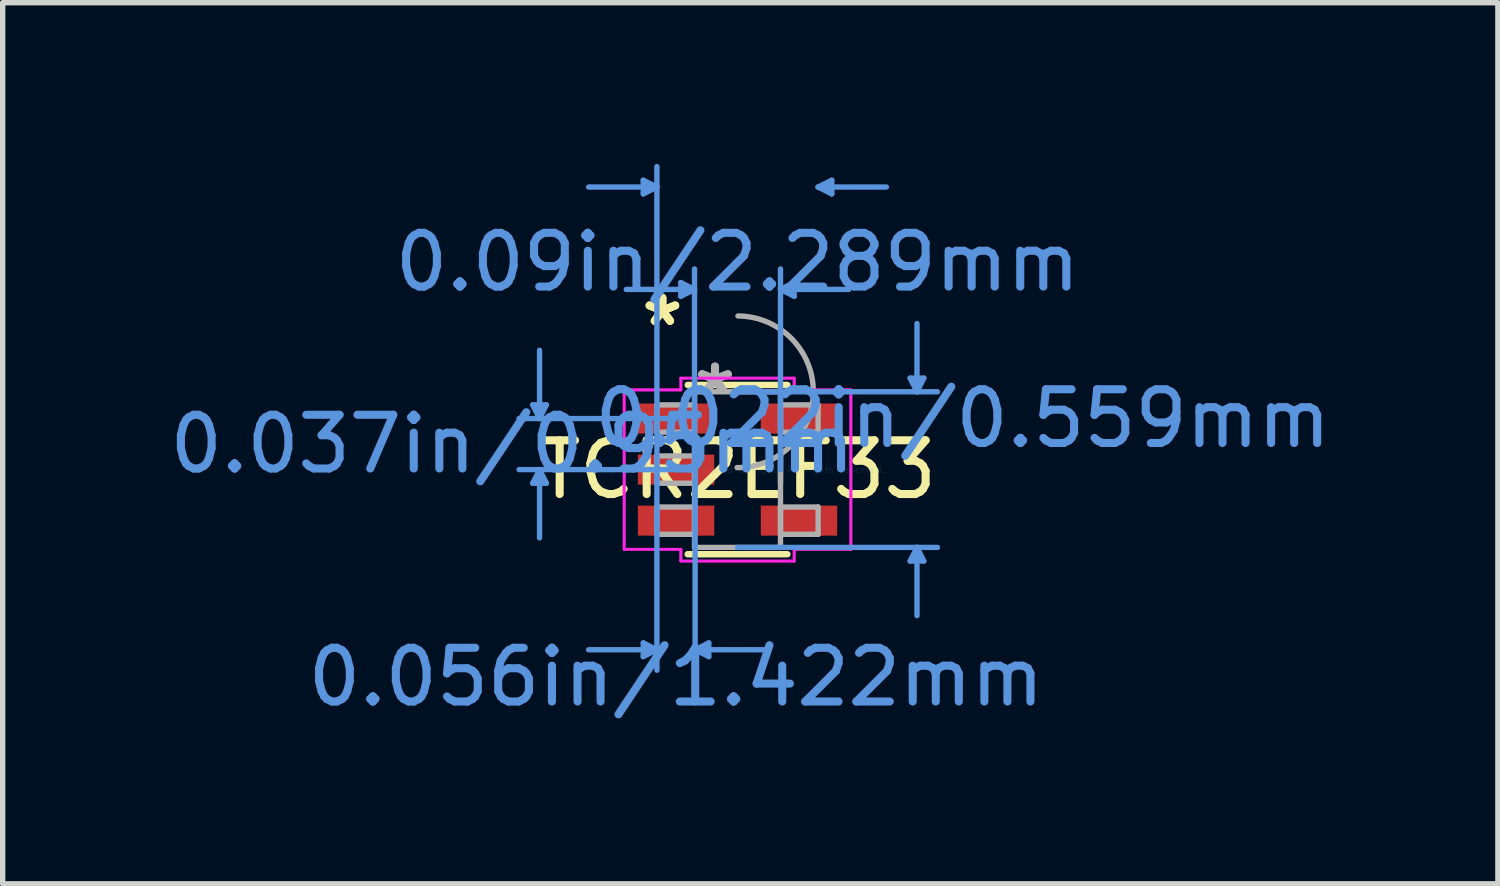
<source format=kicad_pcb>
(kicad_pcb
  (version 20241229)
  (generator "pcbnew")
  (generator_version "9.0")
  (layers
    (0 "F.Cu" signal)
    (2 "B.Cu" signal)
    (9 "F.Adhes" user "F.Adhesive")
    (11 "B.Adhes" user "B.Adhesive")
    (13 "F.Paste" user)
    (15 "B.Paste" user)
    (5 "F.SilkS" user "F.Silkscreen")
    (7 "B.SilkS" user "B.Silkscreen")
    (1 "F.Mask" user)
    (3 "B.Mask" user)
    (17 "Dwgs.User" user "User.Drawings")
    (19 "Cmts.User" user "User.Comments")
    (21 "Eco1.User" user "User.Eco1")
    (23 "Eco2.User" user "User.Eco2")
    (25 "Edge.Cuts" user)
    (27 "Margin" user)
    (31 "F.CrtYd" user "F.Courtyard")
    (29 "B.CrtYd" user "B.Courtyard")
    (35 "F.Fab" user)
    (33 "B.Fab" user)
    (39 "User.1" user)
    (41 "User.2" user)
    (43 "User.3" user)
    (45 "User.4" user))
  (footprint "TCR2EF33"
    (layer "F.Cu")
    (at 10.675 5.689)
    (property "Reference" "TCR2EF33" (at 0 0 0) (layer "F.SilkS") (effects (font (size 1 1) (thickness 0.15))))
    (attr through_hole)
    (fp_line (start -0.927 1.575) (end 0.927 1.575) (stroke (width 0.12) (type solid)) (layer "F.SilkS"))
    (fp_line (start 0.927 -1.575) (end -0.927 -1.575) (stroke (width 0.12) (type solid)) (layer "F.SilkS"))
    (fp_line (start -3.811 -1.204) (end -3.557 -1.204) (stroke (width 0.1) (type solid)) (layer "Cmts.User"))
    (fp_line (start -3.811 0.254) (end -3.557 0.254) (stroke (width 0.1) (type solid)) (layer "Cmts.User"))
    (fp_line (start -3.684 -0.95) (end -3.811 -1.204) (stroke (width 0.1) (type solid)) (layer "Cmts.User"))
    (fp_line (start -3.684 -0.95) (end -3.684 -2.22) (stroke (width 0.1) (type solid)) (layer "Cmts.User"))
    (fp_line (start -3.684 -0.95) (end -3.557 -1.204) (stroke (width 0.1) (type solid)) (layer "Cmts.User"))
    (fp_line (start -3.684 0) (end -3.811 0.254) (stroke (width 0.1) (type solid)) (layer "Cmts.User"))
    (fp_line (start -3.684 0) (end -3.684 1.27) (stroke (width 0.1) (type solid)) (layer "Cmts.User"))
    (fp_line (start -3.684 0) (end -3.557 0.254) (stroke (width 0.1) (type solid)) (layer "Cmts.User"))
    (fp_line (start -1.754 -5.385) (end -1.754 -5.131) (stroke (width 0.1) (type solid)) (layer "Cmts.User"))
    (fp_line (start -1.754 3.226) (end -1.754 3.48) (stroke (width 0.1) (type solid)) (layer "Cmts.User"))
    (fp_line (start -1.5 -5.258) (end -2.77 -5.258) (stroke (width 0.1) (type solid)) (layer "Cmts.User"))
    (fp_line (start -1.5 -5.258) (end -1.754 -5.385) (stroke (width 0.1) (type solid)) (layer "Cmts.User"))
    (fp_line (start -1.5 -5.258) (end -1.754 -5.131) (stroke (width 0.1) (type solid)) (layer "Cmts.User"))
    (fp_line (start -1.5 0) (end -1.5 -5.639) (stroke (width 0.1) (type solid)) (layer "Cmts.User"))
    (fp_line (start -1.5 0) (end -1.5 3.734) (stroke (width 0.1) (type solid)) (layer "Cmts.User"))
    (fp_line (start -1.5 3.353) (end -2.77 3.353) (stroke (width 0.1) (type solid)) (layer "Cmts.User"))
    (fp_line (start -1.5 3.353) (end -1.754 3.226) (stroke (width 0.1) (type solid)) (layer "Cmts.User"))
    (fp_line (start -1.5 3.353) (end -1.754 3.48) (stroke (width 0.1) (type solid)) (layer "Cmts.User"))
    (fp_line (start -1.144 -0.95) (end -4.065 -0.95) (stroke (width 0.1) (type solid)) (layer "Cmts.User"))
    (fp_line (start -1.144 0) (end -4.065 0) (stroke (width 0.1) (type solid)) (layer "Cmts.User"))
    (fp_line (start -1.054 -3.48) (end -1.054 -3.226) (stroke (width 0.1) (type solid)) (layer "Cmts.User"))
    (fp_line (start -0.8 -3.353) (end -2.07 -3.353) (stroke (width 0.1) (type solid)) (layer "Cmts.User"))
    (fp_line (start -0.8 -3.353) (end -1.054 -3.48) (stroke (width 0.1) (type solid)) (layer "Cmts.User"))
    (fp_line (start -0.8 -3.353) (end -1.054 -3.226) (stroke (width 0.1) (type solid)) (layer "Cmts.User"))
    (fp_line (start -0.8 0) (end -0.8 -3.734) (stroke (width 0.1) (type solid)) (layer "Cmts.User"))
    (fp_line (start -0.789 0) (end -0.789 3.734) (stroke (width 0.1) (type solid)) (layer "Cmts.User"))
    (fp_line (start -0.789 3.353) (end -0.535 3.226) (stroke (width 0.1) (type solid)) (layer "Cmts.User"))
    (fp_line (start -0.789 3.353) (end -0.535 3.48) (stroke (width 0.1) (type solid)) (layer "Cmts.User"))
    (fp_line (start -0.789 3.353) (end 0.481 3.353) (stroke (width 0.1) (type solid)) (layer "Cmts.User"))
    (fp_line (start -0.535 3.226) (end -0.535 3.48) (stroke (width 0.1) (type solid)) (layer "Cmts.User"))
    (fp_line (start 0 -1.448) (end 3.721 -1.448) (stroke (width 0.1) (type solid)) (layer "Cmts.User"))
    (fp_line (start 0 1.448) (end 3.721 1.448) (stroke (width 0.1) (type solid)) (layer "Cmts.User"))
    (fp_line (start 0.8 -3.353) (end 1.054 -3.48) (stroke (width 0.1) (type solid)) (layer "Cmts.User"))
    (fp_line (start 0.8 -3.353) (end 1.054 -3.226) (stroke (width 0.1) (type solid)) (layer "Cmts.User"))
    (fp_line (start 0.8 -3.353) (end 2.07 -3.353) (stroke (width 0.1) (type solid)) (layer "Cmts.User"))
    (fp_line (start 0.8 0) (end 0.8 -3.734) (stroke (width 0.1) (type solid)) (layer "Cmts.User"))
    (fp_line (start 1.054 -3.48) (end 1.054 -3.226) (stroke (width 0.1) (type solid)) (layer "Cmts.User"))
    (fp_line (start 1.5 -5.258) (end 1.754 -5.385) (stroke (width 0.1) (type solid)) (layer "Cmts.User"))
    (fp_line (start 1.5 -5.258) (end 1.754 -5.131) (stroke (width 0.1) (type solid)) (layer "Cmts.User"))
    (fp_line (start 1.5 -5.258) (end 2.77 -5.258) (stroke (width 0.1) (type solid)) (layer "Cmts.User"))
    (fp_line (start 1.754 -5.385) (end 1.754 -5.131) (stroke (width 0.1) (type solid)) (layer "Cmts.User"))
    (fp_line (start 3.213 -1.702) (end 3.467 -1.702) (stroke (width 0.1) (type solid)) (layer "Cmts.User"))
    (fp_line (start 3.213 1.702) (end 3.467 1.702) (stroke (width 0.1) (type solid)) (layer "Cmts.User"))
    (fp_line (start 3.34 -1.448) (end 3.213 -1.702) (stroke (width 0.1) (type solid)) (layer "Cmts.User"))
    (fp_line (start 3.34 -1.448) (end 3.34 -2.718) (stroke (width 0.1) (type solid)) (layer "Cmts.User"))
    (fp_line (start 3.34 -1.448) (end 3.467 -1.702) (stroke (width 0.1) (type solid)) (layer "Cmts.User"))
    (fp_line (start 3.34 1.448) (end 3.213 1.702) (stroke (width 0.1) (type solid)) (layer "Cmts.User"))
    (fp_line (start 3.34 1.448) (end 3.34 2.718) (stroke (width 0.1) (type solid)) (layer "Cmts.User"))
    (fp_line (start 3.34 1.448) (end 3.467 1.702) (stroke (width 0.1) (type solid)) (layer "Cmts.User"))
    (fp_line (start -2.11 -1.483) (end -1.054 -1.483) (stroke (width 0.05) (type solid)) (layer "F.CrtYd"))
    (fp_line (start -2.11 -1.483) (end -1.054 -1.483) (stroke (width 0.05) (type solid)) (layer "F.CrtYd"))
    (fp_line (start -2.11 1.483) (end -2.11 -1.483) (stroke (width 0.05) (type solid)) (layer "F.CrtYd"))
    (fp_line (start -2.11 1.483) (end -2.11 -1.483) (stroke (width 0.05) (type solid)) (layer "F.CrtYd"))
    (fp_line (start -2.11 1.483) (end -1.054 1.483) (stroke (width 0.05) (type solid)) (layer "F.CrtYd"))
    (fp_line (start -1.054 -1.702) (end 1.054 -1.702) (stroke (width 0.05) (type solid)) (layer "F.CrtYd"))
    (fp_line (start -1.054 -1.702) (end 1.054 -1.702) (stroke (width 0.05) (type solid)) (layer "F.CrtYd"))
    (fp_line (start -1.054 -1.483) (end -1.054 -1.702) (stroke (width 0.05) (type solid)) (layer "F.CrtYd"))
    (fp_line (start -1.054 -1.483) (end -1.054 -1.702) (stroke (width 0.05) (type solid)) (layer "F.CrtYd"))
    (fp_line (start -1.054 1.483) (end -2.11 1.483) (stroke (width 0.05) (type solid)) (layer "F.CrtYd"))
    (fp_line (start -1.054 1.702) (end -1.054 1.483) (stroke (width 0.05) (type solid)) (layer "F.CrtYd"))
    (fp_line (start -1.054 1.702) (end -1.054 1.483) (stroke (width 0.05) (type solid)) (layer "F.CrtYd"))
    (fp_line (start 1.054 -1.702) (end 1.054 -1.483) (stroke (width 0.05) (type solid)) (layer "F.CrtYd"))
    (fp_line (start 1.054 -1.702) (end 1.054 -1.483) (stroke (width 0.05) (type solid)) (layer "F.CrtYd"))
    (fp_line (start 1.054 -1.483) (end 2.11 -1.483) (stroke (width 0.05) (type solid)) (layer "F.CrtYd"))
    (fp_line (start 1.054 1.483) (end 1.054 1.702) (stroke (width 0.05) (type solid)) (layer "F.CrtYd"))
    (fp_line (start 1.054 1.483) (end 1.054 1.702) (stroke (width 0.05) (type solid)) (layer "F.CrtYd"))
    (fp_line (start 1.054 1.702) (end -1.054 1.702) (stroke (width 0.05) (type solid)) (layer "F.CrtYd"))
    (fp_line (start 1.054 1.702) (end -1.054 1.702) (stroke (width 0.05) (type solid)) (layer "F.CrtYd"))
    (fp_line (start 2.11 -1.483) (end 1.054 -1.483) (stroke (width 0.05) (type solid)) (layer "F.CrtYd"))
    (fp_line (start 2.11 -1.483) (end 2.11 1.483) (stroke (width 0.05) (type solid)) (layer "F.CrtYd"))
    (fp_line (start 2.11 -1.483) (end 2.11 1.483) (stroke (width 0.05) (type solid)) (layer "F.CrtYd"))
    (fp_line (start 2.11 1.483) (end 1.054 1.483) (stroke (width 0.05) (type solid)) (layer "F.CrtYd"))
    (fp_line (start 2.11 1.483) (end 1.054 1.483) (stroke (width 0.05) (type solid)) (layer "F.CrtYd"))
    (fp_line (start -1.5 -1.204) (end -1.5 -0.696) (stroke (width 0.1) (type solid)) (layer "F.Fab"))
    (fp_line (start -1.5 -0.696) (end -0.8 -0.696) (stroke (width 0.1) (type solid)) (layer "F.Fab"))
    (fp_line (start -1.5 -0.254) (end -1.5 0.254) (stroke (width 0.1) (type solid)) (layer "F.Fab"))
    (fp_line (start -1.5 0.254) (end -0.8 0.254) (stroke (width 0.1) (type solid)) (layer "F.Fab"))
    (fp_line (start -1.5 0.696) (end -1.5 1.204) (stroke (width 0.1) (type solid)) (layer "F.Fab"))
    (fp_line (start -1.5 1.204) (end -0.8 1.204) (stroke (width 0.1) (type solid)) (layer "F.Fab"))
    (fp_line (start -0.8 -1.448) (end -0.8 1.448) (stroke (width 0.1) (type solid)) (layer "F.Fab"))
    (fp_line (start -0.8 -1.204) (end -1.5 -1.204) (stroke (width 0.1) (type solid)) (layer "F.Fab"))
    (fp_line (start -0.8 -0.696) (end -0.8 -1.204) (stroke (width 0.1) (type solid)) (layer "F.Fab"))
    (fp_line (start -0.8 -0.254) (end -1.5 -0.254) (stroke (width 0.1) (type solid)) (layer "F.Fab"))
    (fp_line (start -0.8 0.254) (end -0.8 -0.254) (stroke (width 0.1) (type solid)) (layer "F.Fab"))
    (fp_line (start -0.8 0.696) (end -1.5 0.696) (stroke (width 0.1) (type solid)) (layer "F.Fab"))
    (fp_line (start -0.8 1.204) (end -0.8 0.696) (stroke (width 0.1) (type solid)) (layer "F.Fab"))
    (fp_line (start -0.8 1.448) (end 0.8 1.448) (stroke (width 0.1) (type solid)) (layer "F.Fab"))
    (fp_line (start 0.8 -1.448) (end -0.8 -1.448) (stroke (width 0.1) (type solid)) (layer "F.Fab"))
    (fp_line (start 0.8 -1.204) (end 0.8 -0.696) (stroke (width 0.1) (type solid)) (layer "F.Fab"))
    (fp_line (start 0.8 -0.696) (end 1.5 -0.696) (stroke (width 0.1) (type solid)) (layer "F.Fab"))
    (fp_line (start 0.8 -0.254) (end 0.8 0.254) (stroke (width 0.1) (type solid)) (layer "F.Fab"))
    (fp_line (start 0.8 0.696) (end 0.8 1.204) (stroke (width 0.1) (type solid)) (layer "F.Fab"))
    (fp_line (start 0.8 1.204) (end 1.5 1.204) (stroke (width 0.1) (type solid)) (layer "F.Fab"))
    (fp_line (start 0.8 1.448) (end 0.8 -1.448) (stroke (width 0.1) (type solid)) (layer "F.Fab"))
    (fp_line (start 1.5 -1.204) (end 0.8 -1.204) (stroke (width 0.1) (type solid)) (layer "F.Fab"))
    (fp_line (start 1.5 -0.696) (end 1.5 -1.204) (stroke (width 0.1) (type solid)) (layer "F.Fab"))
    (fp_line (start 1.5 0.696) (end 0.8 0.696) (stroke (width 0.1) (type solid)) (layer "F.Fab"))
    (fp_line (start 1.5 1.204) (end 1.5 0.696) (stroke (width 0.1) (type solid)) (layer "F.Fab"))
    (fp_arc (start 0.007742 -2.858826) (mid 1.411026 -1.440058) (end -0.007742 -0.036774) (stroke (width 0.1) (type solid)) (layer "F.Fab"))
    (fp_text user "*" (at -1.398 -2.652 0) (layer "F.SilkS") (effects (font (size 1 1) (thickness 0.15))))
    (fp_text user "*" (at -1.398 -2.652 0) (layer "F.SilkS") (effects (font (size 1 1) (thickness 0.15))))
    (fp_text user "0.056in/1.422mm" (at -1.144 3.861 0) (layer "Cmts.User") (effects (font (size 1 1) (thickness 0.15))))
    (fp_text user "0.037in/0.95mm" (at -4.192 -0.475 0) (layer "Cmts.User") (effects (font (size 1 1) (thickness 0.15))))
    (fp_text user "0.022in/0.559mm" (at 4.192 -0.95 0) (layer "Cmts.User") (effects (font (size 1 1) (thickness 0.15))))
    (fp_text user "0.09in/2.289mm" (at 0 -3.861 0) (layer "Cmts.User") (effects (font (size 1 1) (thickness 0.15))))
    (fp_text user "Copyright 2021 Accelerated Designs. All rights reserved." (at 0 0 0) (layer "Cmts.User") (effects (font (size 0.127 0.127) (thickness 0.002))))
    (fp_text user "*" (at -0.419 -1.372 0) (layer "F.Fab") (effects (font (size 1 1) (thickness 0.15))))
    (fp_text user "*" (at -0.419 -1.372 0) (layer "F.Fab") (effects (font (size 1 1) (thickness 0.15))))
    (pad "1" smd rect (at -1.144 -0.95) (size 1.422 0.559) (layers "F.Cu" "F.Mask" "F.Paste"))
    (pad "2" smd rect (at -1.144 0) (size 1.422 0.559) (layers "F.Cu" "F.Mask" "F.Paste"))
    (pad "3" smd rect (at -1.144 0.95) (size 1.422 0.559) (layers "F.Cu" "F.Mask" "F.Paste"))
    (pad "4" smd rect (at 1.144 0.95) (size 1.422 0.559) (layers "F.Cu" "F.Mask" "F.Paste"))
    (pad "5" smd rect (at 1.144 -0.95) (size 1.422 0.559) (layers "F.Cu" "F.Mask" "F.Paste")))
  (gr_rect
    (start -3 -3)
    (end 24.825 13.398)
    (stroke (width 0.1) (type default))
    (fill no)
    (layer "Edge.Cuts")))
</source>
